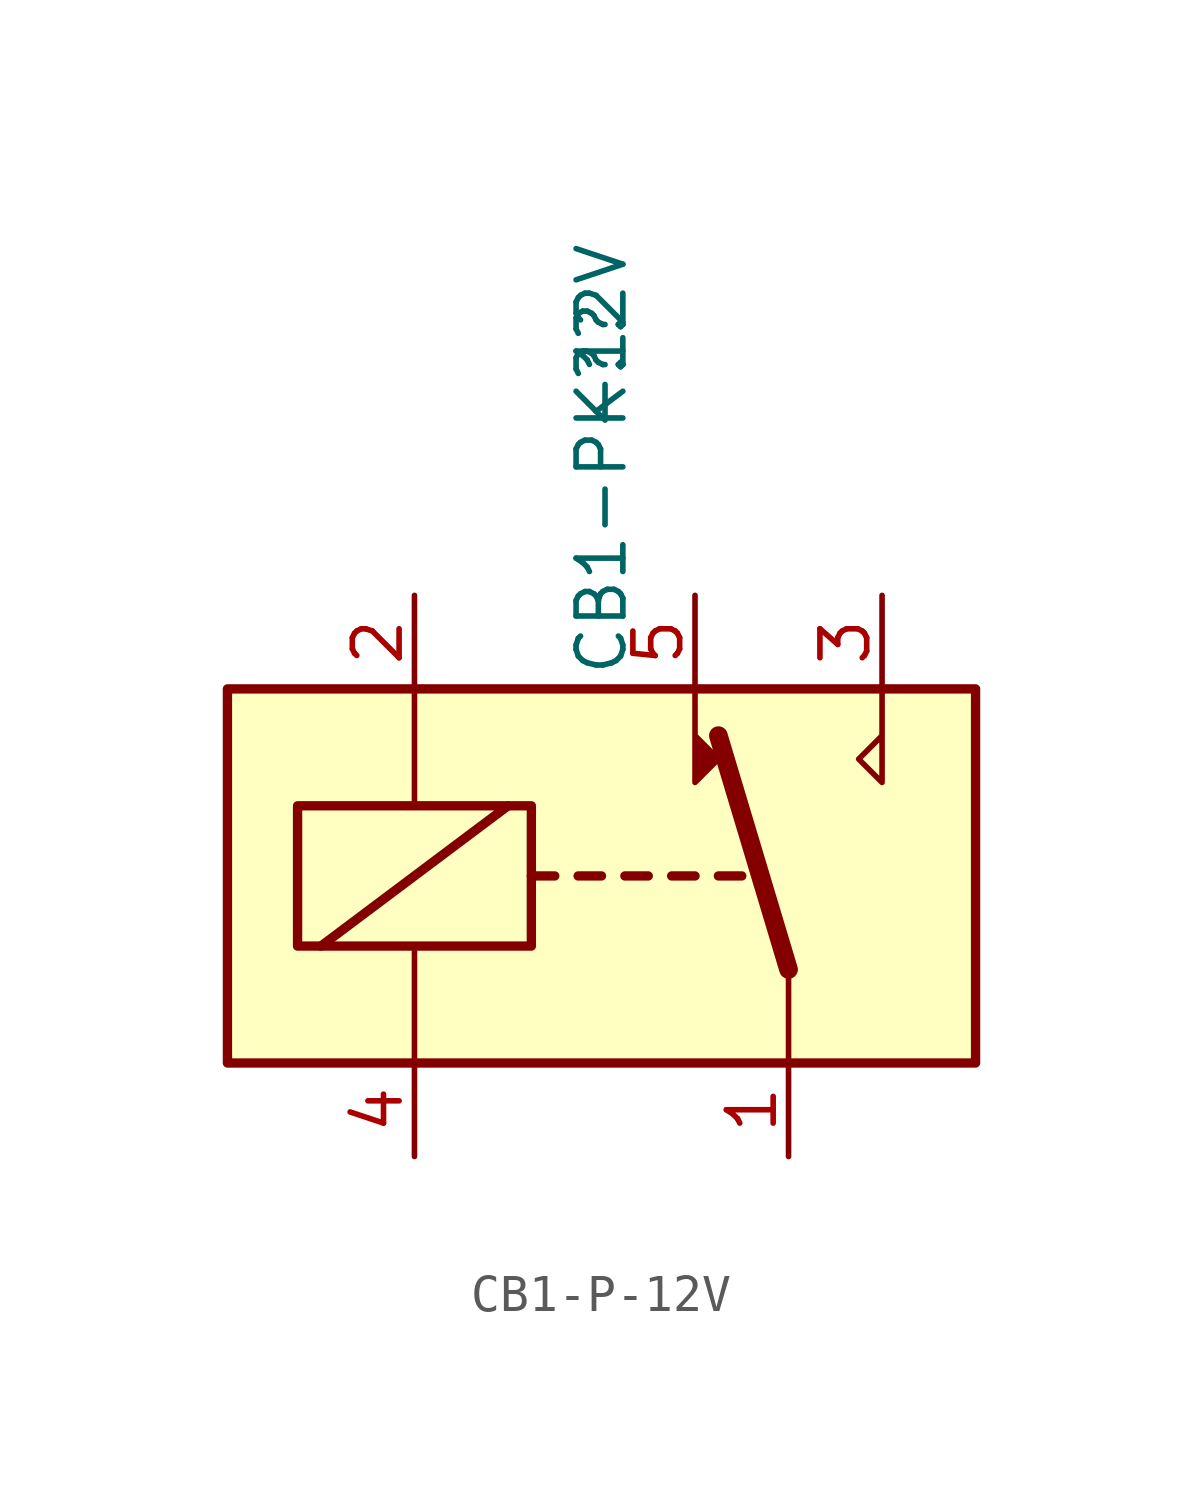
<source format=kicad_sym>
(kicad_symbol_lib
  (version 20220914)
  (generator kicad_symbol_editor)
  (symbol "CB1-P-12V"
    (property "Reference" "K?"
      (at 0 13.86 90)
      (effects (font (size 1.27 1.27))))
    (property "Value" "CB1-P-12V"
      (at 0 11.323 90)
      (effects (font (size 1.27 1.27))))
    (symbol "CB1-P-12V_0_0"
      (polyline (pts (xy 2.54 5.08) (xy 2.54 2.54) (xy 3.175 3.175) (xy 2.54 3.81)) (stroke (width 0) (type default)) (fill (type outline)))
      (polyline (pts (xy 7.62 5.08) (xy 7.62 2.54) (xy 6.985 3.175) (xy 7.62 3.81)) (stroke (width 0) (type default)) (fill (type none))))
    (symbol "CB1-P-12V_0_1"
      (rectangle (start -10.16 5.08) (end 10.16 -5.08) (stroke (width 0.254) (type default)) (fill (type background)))
      (rectangle (start -8.255 1.905) (end -1.905 -1.905) (stroke (width 0.254) (type default)) (fill (type none)))
      (polyline (pts (xy -7.62 -1.905) (xy -2.54 1.905)) (stroke (width 0.254) (type default)) (fill (type none)))
      (polyline (pts (xy -5.08 -5.08) (xy -5.08 -1.905)) (stroke (width 0) (type default)) (fill (type none)))
      (polyline (pts (xy -5.08 5.08) (xy -5.08 1.905)) (stroke (width 0) (type default)) (fill (type none)))
      (polyline (pts (xy -1.905 0) (xy -1.27 0)) (stroke (width 0.254) (type default)) (fill (type none)))
      (polyline (pts (xy -0.635 0) (xy 0 0)) (stroke (width 0.254) (type default)) (fill (type none)))
      (polyline (pts (xy 0.635 0) (xy 1.27 0)) (stroke (width 0.254) (type default)) (fill (type none)))
      (polyline (pts (xy 1.905 0) (xy 2.54 0)) (stroke (width 0.254) (type default)) (fill (type none)))
      (polyline (pts (xy 3.175 0) (xy 3.81 0)) (stroke (width 0.254) (type default)) (fill (type none)))
      (polyline (pts (xy 5.08 -2.54) (xy 3.175 3.81)) (stroke (width 0.508) (type default)) (fill (type none)))
      (polyline (pts (xy 5.08 -2.54) (xy 5.08 -5.08)) (stroke (width 0) (type default)) (fill (type none))))
    (symbol "CB1-P-12V_1_1"
      (pin passive line (at 5.08 -7.62 90) (length 2.54) (name "~" (effects (font (size 1.27 1.27)))) (number "1" (effects (font (size 1.27 1.27)))))
      (pin passive line (at -5.08 7.62 270) (length 2.54) (name "~" (effects (font (size 1.27 1.27)))) (number "2" (effects (font (size 1.27 1.27)))))
      (pin passive line (at 7.62 7.62 270) (length 2.54) (name "~" (effects (font (size 1.27 1.27)))) (number "3" (effects (font (size 1.27 1.27)))))
      (pin passive line (at -5.08 -7.62 90) (length 2.54) (name "~" (effects (font (size 1.27 1.27)))) (number "4" (effects (font (size 1.27 1.27)))))
      (pin passive line (at 2.54 7.62 270) (length 2.54) (name "~" (effects (font (size 1.27 1.27)))) (number "5" (effects (font (size 1.27 1.27)))))
      (pin passive line (at 5.08 -7.62 90) (length 2.54) hide (name "~" (effects (font (size 1.27 1.27)))) (number "8" (effects (font (size 1.27 1.27))))))))
</source>
